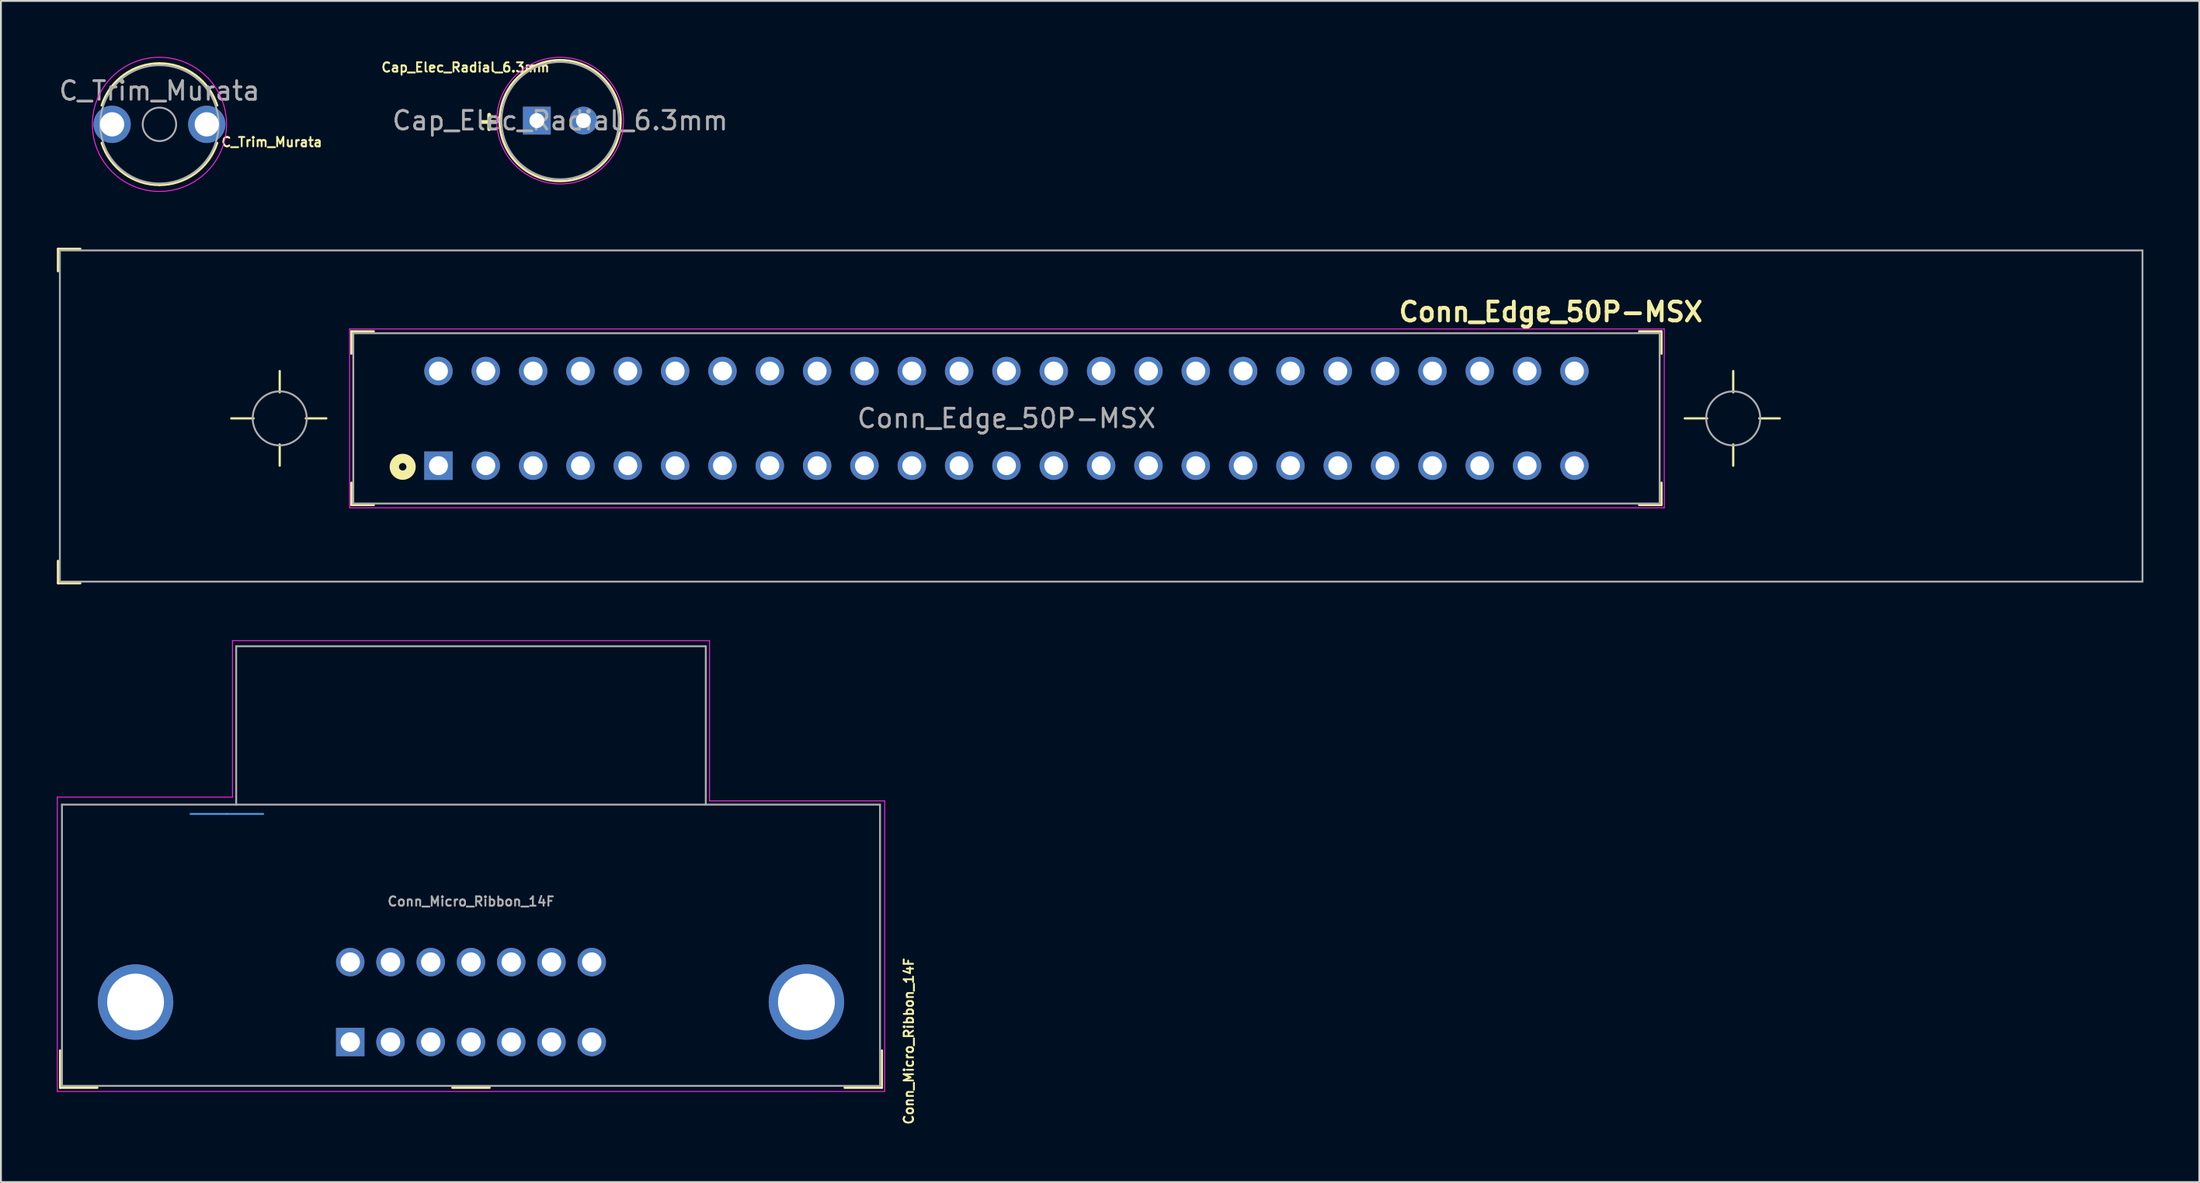
<source format=kicad_pcb>
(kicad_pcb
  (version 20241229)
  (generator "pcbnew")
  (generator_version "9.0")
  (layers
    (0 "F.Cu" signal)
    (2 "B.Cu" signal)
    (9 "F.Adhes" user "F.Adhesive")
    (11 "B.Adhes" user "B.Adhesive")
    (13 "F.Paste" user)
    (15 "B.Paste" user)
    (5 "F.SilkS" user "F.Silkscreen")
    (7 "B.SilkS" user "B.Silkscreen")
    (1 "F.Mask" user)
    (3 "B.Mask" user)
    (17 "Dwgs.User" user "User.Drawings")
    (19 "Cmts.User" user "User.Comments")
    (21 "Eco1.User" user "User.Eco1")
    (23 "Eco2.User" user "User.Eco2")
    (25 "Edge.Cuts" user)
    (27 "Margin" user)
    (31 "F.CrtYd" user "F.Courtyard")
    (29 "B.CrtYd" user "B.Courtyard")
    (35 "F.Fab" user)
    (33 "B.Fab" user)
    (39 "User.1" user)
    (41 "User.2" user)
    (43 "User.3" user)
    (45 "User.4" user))
  (footprint "C_Trim_Murata"
    (layer "F.Cu")
    (at 5.506 3.625)
    (property "Reference" "C_Trim_Murata" (at 6.032 0.953 0) (layer "F.SilkS") (effects (font (size 0.5 0.5) (thickness 0.1))))
    (attr through_hole)
    (fp_arc (start -3.1 -1.017701) (mid -1.917381 -2.650883) (end 0 -3.275) (stroke (width 0.12) (type solid)) (layer "F.SilkS"))
    (fp_arc (start 0 -3.275) (mid 1.917381 -2.650883) (end 3.1 -1.017701) (stroke (width 0.12) (type solid)) (layer "F.SilkS"))
    (fp_arc (start 0 3.257299) (mid -1.917381 2.633182) (end -3.1 1) (stroke (width 0.12) (type solid)) (layer "F.SilkS"))
    (fp_arc (start 3.1 1) (mid 1.917381 2.633182) (end 0 3.257299) (stroke (width 0.12) (type solid)) (layer "F.SilkS"))
    (fp_circle (center 0 0) (end 3.6 0) (stroke (width 0.05) (type solid)) (fill no) (layer "F.CrtYd"))
    (fp_circle (center 0 0) (end 0.898 0) (stroke (width 0.1) (type solid)) (fill no) (layer "F.Fab"))
    (fp_circle (center 0 0) (end 3.175 0) (stroke (width 0.1) (type solid)) (fill no) (layer "F.Fab"))
    (fp_text user "${REFERENCE}" (at 0 -1.8 0) (layer "F.Fab") (effects (font (size 1 1) (thickness 0.15))))
    (pad "1" thru_hole circle (at 2.54 0) (size 1.999 1.999) (drill 1.3) (layers "*.Cu" "*.Mask"))
    (pad "2" thru_hole circle (at -2.54 0) (size 1.999 1.999) (drill 1.3) (layers "*.Cu" "*.Mask")))
  (footprint "Cap_Elec_Radial_6.3mm"
    (layer "F.Cu")
    (at 27.009 3.425)
    (property "Reference" "Cap_Elec_Radial_6.3mm" (at -5.08 -2.857 180) (layer "F.SilkS") (effects (font (size 0.5 0.5) (thickness 0.1))))
    (attr through_hole)
    (fp_circle (center 0 0) (end 3.25 0) (stroke (width 0.12) (type solid)) (fill no) (layer "F.SilkS"))
    (fp_circle (center 0 0) (end 3.4 0) (stroke (width 0.05) (type solid)) (fill no) (layer "F.CrtYd"))
    (fp_circle (center 0 0) (end 3.15 0) (stroke (width 0.1) (type solid)) (fill no) (layer "F.Fab"))
    (fp_text user "+" (at -3.81 0 180) (layer "F.SilkS") (effects (font (size 1.016 1.016) (thickness 0.203))))
    (fp_text user "${REFERENCE}" (at 0 0 0) (layer "F.Fab") (effects (font (size 1 1) (thickness 0.15))))
    (pad "1" thru_hole rect (at -1.25 0) (size 1.491 1.491) (drill 0.8) (layers "*.Cu" "*.Mask"))
    (pad "2" thru_hole circle (at 1.25 0) (size 1.491 1.491) (drill 0.8) (layers "*.Cu" "*.Mask")))
  (footprint "Conn_Edge_50P-MSX"
    (layer "F.Cu")
    (at 50.96 19.41)
    (property "Reference" "Conn_Edge_50P-MSX" (at 29.21 -5.715 180) (layer "F.SilkS") (effects (font (size 1.016 1.016) (thickness 0.203))))
    (attr through_hole)
    (fp_line (start -50.9 -9.1) (end -50.9 -7.9) (stroke (width 0.12) (type solid)) (layer "F.SilkS"))
    (fp_line (start -50.9 -9.1) (end -49.7 -9.1) (stroke (width 0.12) (type solid)) (layer "F.SilkS"))
    (fp_line (start -50.9 8.85) (end -50.9 7.65) (stroke (width 0.12) (type solid)) (layer "F.SilkS"))
    (fp_line (start -50.9 8.85) (end -49.7 8.85) (stroke (width 0.12) (type solid)) (layer "F.SilkS"))
    (fp_line (start -41.6 0) (end -40.4 0) (stroke (width 0.12) (type solid)) (layer "F.SilkS"))
    (fp_line (start -39 -1.4) (end -39 -2.54) (stroke (width 0.12) (type solid)) (layer "F.SilkS"))
    (fp_line (start -39 2.54) (end -39 1.4) (stroke (width 0.12) (type solid)) (layer "F.SilkS"))
    (fp_line (start -37.6 0) (end -36.5 0) (stroke (width 0.12) (type solid)) (layer "F.SilkS"))
    (fp_line (start -35.152 -4.672) (end -35.152 -3.472) (stroke (width 0.12) (type solid)) (layer "F.SilkS"))
    (fp_line (start -35.152 -4.672) (end -33.952 -4.672) (stroke (width 0.12) (type solid)) (layer "F.SilkS"))
    (fp_line (start -35.152 4.652) (end -35.152 3.452) (stroke (width 0.12) (type solid)) (layer "F.SilkS"))
    (fp_line (start -35.152 4.652) (end -33.952 4.652) (stroke (width 0.12) (type solid)) (layer "F.SilkS"))
    (fp_line (start 35.152 -4.672) (end 33.952 -4.672) (stroke (width 0.12) (type solid)) (layer "F.SilkS"))
    (fp_line (start 35.152 -4.672) (end 35.152 -3.472) (stroke (width 0.12) (type solid)) (layer "F.SilkS"))
    (fp_line (start 35.152 4.652) (end 33.952 4.652) (stroke (width 0.12) (type solid)) (layer "F.SilkS"))
    (fp_line (start 35.152 4.652) (end 35.152 3.452) (stroke (width 0.12) (type solid)) (layer "F.SilkS"))
    (fp_line (start 36.4 0) (end 37.6 0) (stroke (width 0.12) (type solid)) (layer "F.SilkS"))
    (fp_line (start 39 -1.4) (end 39 -2.54) (stroke (width 0.12) (type solid)) (layer "F.SilkS"))
    (fp_line (start 39 2.54) (end 39 1.4) (stroke (width 0.12) (type solid)) (layer "F.SilkS"))
    (fp_line (start 40.4 0) (end 41.5 0) (stroke (width 0.12) (type solid)) (layer "F.SilkS"))
    (fp_circle (center -32.4 2.6) (end -32.2 2.6) (stroke (width 0.5) (type solid)) (fill no) (layer "F.SilkS"))
    (fp_line (start -35.25 -4.8) (end 35.3 -4.8) (stroke (width 0.05) (type solid)) (layer "F.CrtYd"))
    (fp_line (start -35.25 4.8) (end -35.25 -4.8) (stroke (width 0.05) (type solid)) (layer "F.CrtYd"))
    (fp_line (start 35.3 -4.8) (end 35.3 4.8) (stroke (width 0.05) (type solid)) (layer "F.CrtYd"))
    (fp_line (start 35.3 4.8) (end -35.25 4.8) (stroke (width 0.05) (type solid)) (layer "F.CrtYd"))
    (fp_line (start -50.798 -9.017) (end 60.962 -9.017) (stroke (width 0.1) (type solid)) (layer "F.Fab"))
    (fp_line (start -50.798 8.763) (end -50.798 -9.017) (stroke (width 0.1) (type solid)) (layer "F.Fab"))
    (fp_line (start -35.052 -4.572) (end 35.052 -4.572) (stroke (width 0.1) (type solid)) (layer "F.Fab"))
    (fp_line (start -35.052 4.572) (end -35.052 -4.572) (stroke (width 0.1) (type solid)) (layer "F.Fab"))
    (fp_line (start 35.052 -4.572) (end 35.052 4.572) (stroke (width 0.1) (type solid)) (layer "F.Fab"))
    (fp_line (start 35.052 4.572) (end -35.052 4.572) (stroke (width 0.1) (type solid)) (layer "F.Fab"))
    (fp_line (start 60.962 -9.017) (end 60.962 8.763) (stroke (width 0.1) (type solid)) (layer "F.Fab"))
    (fp_line (start 60.962 8.763) (end -50.798 8.763) (stroke (width 0.1) (type solid)) (layer "F.Fab"))
    (fp_circle (center -39 0) (end -37.55 0) (stroke (width 0.1) (type solid)) (fill no) (layer "F.Fab"))
    (fp_circle (center 39 0) (end 40.45 0) (stroke (width 0.1) (type solid)) (fill no) (layer "F.Fab"))
    (fp_text user "${REFERENCE}" (at 0 0 180) (layer "F.Fab") (effects (font (size 1 1) (thickness 0.15))))
    (pad "1" thru_hole rect (at -30.48 2.54 180) (size 1.524 1.524) (drill 1.016) (layers "*.Cu" "*.Mask"))
    (pad "2" thru_hole circle (at -30.48 -2.54 180) (size 1.524 1.524) (drill 1.016) (layers "*.Cu" "*.Mask"))
    (pad "3" thru_hole circle (at -27.94 2.54 180) (size 1.524 1.524) (drill 1.016) (layers "*.Cu" "*.Mask"))
    (pad "4" thru_hole circle (at -27.94 -2.54 180) (size 1.524 1.524) (drill 1.016) (layers "*.Cu" "*.Mask"))
    (pad "5" thru_hole circle (at -25.4 2.54 180) (size 1.524 1.524) (drill 1.016) (layers "*.Cu" "*.Mask"))
    (pad "6" thru_hole circle (at -25.4 -2.54 180) (size 1.524 1.524) (drill 1.016) (layers "*.Cu" "*.Mask"))
    (pad "7" thru_hole circle (at -22.86 2.54 180) (size 1.524 1.524) (drill 1.016) (layers "*.Cu" "*.Mask"))
    (pad "8" thru_hole circle (at -22.86 -2.54 180) (size 1.524 1.524) (drill 1.016) (layers "*.Cu" "*.Mask"))
    (pad "9" thru_hole circle (at -20.32 2.54 180) (size 1.524 1.524) (drill 1.016) (layers "*.Cu" "*.Mask"))
    (pad "10" thru_hole circle (at -20.32 -2.54 180) (size 1.524 1.524) (drill 1.016) (layers "*.Cu" "*.Mask"))
    (pad "11" thru_hole circle (at -17.78 2.54 180) (size 1.524 1.524) (drill 1.016) (layers "*.Cu" "*.Mask"))
    (pad "12" thru_hole circle (at -17.78 -2.54 180) (size 1.524 1.524) (drill 1.016) (layers "*.Cu" "*.Mask"))
    (pad "13" thru_hole circle (at -15.24 2.54 180) (size 1.524 1.524) (drill 1.016) (layers "*.Cu" "*.Mask"))
    (pad "14" thru_hole circle (at -15.24 -2.54 180) (size 1.524 1.524) (drill 1.016) (layers "*.Cu" "*.Mask"))
    (pad "15" thru_hole circle (at -12.7 2.54 180) (size 1.524 1.524) (drill 1.016) (layers "*.Cu" "*.Mask"))
    (pad "16" thru_hole circle (at -12.7 -2.54 180) (size 1.524 1.524) (drill 1.016) (layers "*.Cu" "*.Mask"))
    (pad "17" thru_hole circle (at -10.16 2.54 180) (size 1.524 1.524) (drill 1.016) (layers "*.Cu" "*.Mask"))
    (pad "18" thru_hole circle (at -10.16 -2.54 180) (size 1.524 1.524) (drill 1.016) (layers "*.Cu" "*.Mask"))
    (pad "19" thru_hole circle (at -7.62 2.54 180) (size 1.524 1.524) (drill 1.016) (layers "*.Cu" "*.Mask"))
    (pad "20" thru_hole circle (at -7.62 -2.54 180) (size 1.524 1.524) (drill 1.016) (layers "*.Cu" "*.Mask"))
    (pad "21" thru_hole circle (at -5.08 2.54 180) (size 1.524 1.524) (drill 1.016) (layers "*.Cu" "*.Mask"))
    (pad "22" thru_hole circle (at -5.08 -2.54 180) (size 1.524 1.524) (drill 1.016) (layers "*.Cu" "*.Mask"))
    (pad "23" thru_hole circle (at -2.54 2.54 180) (size 1.524 1.524) (drill 1.016) (layers "*.Cu" "*.Mask"))
    (pad "24" thru_hole circle (at -2.54 -2.54 180) (size 1.524 1.524) (drill 1.016) (layers "*.Cu" "*.Mask"))
    (pad "25" thru_hole circle (at 0 2.54 180) (size 1.524 1.524) (drill 1.016) (layers "*.Cu" "*.Mask"))
    (pad "26" thru_hole circle (at 0 -2.54 180) (size 1.524 1.524) (drill 1.016) (layers "*.Cu" "*.Mask"))
    (pad "27" thru_hole circle (at 2.54 2.54 180) (size 1.524 1.524) (drill 1.016) (layers "*.Cu" "*.Mask"))
    (pad "28" thru_hole circle (at 2.54 -2.54 180) (size 1.524 1.524) (drill 1.016) (layers "*.Cu" "*.Mask"))
    (pad "29" thru_hole circle (at 5.08 2.54 180) (size 1.524 1.524) (drill 1.016) (layers "*.Cu" "*.Mask"))
    (pad "30" thru_hole circle (at 5.08 -2.54 180) (size 1.524 1.524) (drill 1.016) (layers "*.Cu" "*.Mask"))
    (pad "31" thru_hole circle (at 7.62 2.54 180) (size 1.524 1.524) (drill 1.016) (layers "*.Cu" "*.Mask"))
    (pad "32" thru_hole circle (at 7.62 -2.54 180) (size 1.524 1.524) (drill 1.016) (layers "*.Cu" "*.Mask"))
    (pad "33" thru_hole circle (at 10.16 2.54 180) (size 1.524 1.524) (drill 1.016) (layers "*.Cu" "*.Mask"))
    (pad "34" thru_hole circle (at 10.16 -2.54 180) (size 1.524 1.524) (drill 1.016) (layers "*.Cu" "*.Mask"))
    (pad "35" thru_hole circle (at 12.7 2.54 180) (size 1.524 1.524) (drill 1.016) (layers "*.Cu" "*.Mask"))
    (pad "36" thru_hole circle (at 12.7 -2.54 180) (size 1.524 1.524) (drill 1.016) (layers "*.Cu" "*.Mask"))
    (pad "37" thru_hole circle (at 15.24 2.54 180) (size 1.524 1.524) (drill 1.016) (layers "*.Cu" "*.Mask"))
    (pad "38" thru_hole circle (at 15.24 -2.54 180) (size 1.524 1.524) (drill 1.016) (layers "*.Cu" "*.Mask"))
    (pad "39" thru_hole circle (at 17.78 2.54 180) (size 1.524 1.524) (drill 1.016) (layers "*.Cu" "*.Mask"))
    (pad "40" thru_hole circle (at 17.78 -2.54 180) (size 1.524 1.524) (drill 1.016) (layers "*.Cu" "*.Mask"))
    (pad "41" thru_hole circle (at 20.32 2.54 180) (size 1.524 1.524) (drill 1.016) (layers "*.Cu" "*.Mask"))
    (pad "42" thru_hole circle (at 20.32 -2.54 180) (size 1.524 1.524) (drill 1.016) (layers "*.Cu" "*.Mask"))
    (pad "43" thru_hole circle (at 22.86 2.54 180) (size 1.524 1.524) (drill 1.016) (layers "*.Cu" "*.Mask"))
    (pad "44" thru_hole circle (at 22.86 -2.54 180) (size 1.524 1.524) (drill 1.016) (layers "*.Cu" "*.Mask"))
    (pad "45" thru_hole circle (at 25.4 2.54 180) (size 1.524 1.524) (drill 1.016) (layers "*.Cu" "*.Mask"))
    (pad "46" thru_hole circle (at 25.4 -2.54 180) (size 1.524 1.524) (drill 1.016) (layers "*.Cu" "*.Mask"))
    (pad "47" thru_hole circle (at 27.94 2.54 180) (size 1.524 1.524) (drill 1.016) (layers "*.Cu" "*.Mask"))
    (pad "48" thru_hole circle (at 27.94 -2.54 180) (size 1.524 1.524) (drill 1.016) (layers "*.Cu" "*.Mask"))
    (pad "49" thru_hole circle (at 30.48 2.54 180) (size 1.524 1.524) (drill 1.016) (layers "*.Cu" "*.Mask"))
    (pad "50" thru_hole circle (at 30.48 -2.54 180) (size 1.524 1.524) (drill 1.016) (layers "*.Cu" "*.Mask")))
  (footprint "Conn_Micro_Ribbon_14F"
    (layer "F.Cu")
    (at 22.225 40.145)
    (property "Reference" "Conn_Micro_Ribbon_14F" (at 23.495 12.7 270) (layer "F.SilkS") (effects (font (size 0.5 0.5) (thickness 0.1))))
    (attr through_hole)
    (fp_line (start -22.05 15.2) (end -22.05 13.2) (stroke (width 0.12) (type solid)) (layer "F.SilkS"))
    (fp_line (start -22.05 15.2) (end -20.05 15.2) (stroke (width 0.12) (type solid)) (layer "F.SilkS"))
    (fp_line (start -1 15.2) (end 1 15.2) (stroke (width 0.12) (type solid)) (layer "F.SilkS"))
    (fp_line (start 22.05 15.2) (end 20.05 15.2) (stroke (width 0.12) (type solid)) (layer "F.SilkS"))
    (fp_line (start 22.05 15.2) (end 22.05 13.2) (stroke (width 0.12) (type solid)) (layer "F.SilkS"))
    (fp_line (start -15.05 0.5) (end -13.1 0.5) (stroke (width 0.1) (type solid)) (layer "Cmts.User"))
    (fp_line (start -11.15 0.5) (end -13.1 0.5) (stroke (width 0.1) (type solid)) (layer "Cmts.User"))
    (fp_line (start -22.2 -0.4) (end -12.8 -0.4) (stroke (width 0.05) (type solid)) (layer "F.CrtYd"))
    (fp_line (start -22.2 15.4) (end -22.2 -0.4) (stroke (width 0.05) (type solid)) (layer "F.CrtYd"))
    (fp_line (start -12.8 -8.8) (end 12.8 -8.8) (stroke (width 0.05) (type solid)) (layer "F.CrtYd"))
    (fp_line (start -12.8 -0.4) (end -12.8 -8.8) (stroke (width 0.05) (type solid)) (layer "F.CrtYd"))
    (fp_line (start 12.8 -8.8) (end 12.8 -0.2) (stroke (width 0.05) (type solid)) (layer "F.CrtYd"))
    (fp_line (start 12.8 -0.2) (end 22.2 -0.2) (stroke (width 0.05) (type solid)) (layer "F.CrtYd"))
    (fp_line (start 22.2 -0.2) (end 22.2 15.4) (stroke (width 0.05) (type solid)) (layer "F.CrtYd"))
    (fp_line (start 22.2 15.4) (end -22.2 15.4) (stroke (width 0.05) (type solid)) (layer "F.CrtYd"))
    (fp_line (start -21.95 0) (end -21.95 15.1) (stroke (width 0.1) (type solid)) (layer "F.Fab"))
    (fp_line (start -21.95 0) (end 21.95 0) (stroke (width 0.1) (type solid)) (layer "F.Fab"))
    (fp_line (start -21.95 15.1) (end 21.95 15.1) (stroke (width 0.1) (type solid)) (layer "F.Fab"))
    (fp_line (start -12.6 -8.5) (end -12.6 0) (stroke (width 0.1) (type solid)) (layer "F.Fab"))
    (fp_line (start -12.6 -8.5) (end 12.6 -8.5) (stroke (width 0.1) (type solid)) (layer "F.Fab"))
    (fp_line (start 12.6 -8.5) (end 12.6 0) (stroke (width 0.1) (type solid)) (layer "F.Fab"))
    (fp_line (start 21.95 0) (end 21.95 15.1) (stroke (width 0.1) (type solid)) (layer "F.Fab"))
    (fp_text user "${REFERENCE}" (at 0 5.2 0) (layer "F.Fab") (effects (font (size 0.5 0.5) (thickness 0.1))))
    (pad "1" thru_hole rect (at -6.48 12.745) (size 1.524 1.524) (drill 1.041) (layers "*.Cu" "*.Mask"))
    (pad "2" thru_hole circle (at -4.32 12.745) (size 1.524 1.524) (drill 1.041) (layers "*.Cu" "*.Mask"))
    (pad "3" thru_hole circle (at -2.16 12.745) (size 1.524 1.524) (drill 1.041) (layers "*.Cu" "*.Mask"))
    (pad "4" thru_hole circle (at 0 12.745) (size 1.524 1.524) (drill 1.041) (layers "*.Cu" "*.Mask"))
    (pad "5" thru_hole circle (at 2.16 12.745) (size 1.524 1.524) (drill 1.041) (layers "*.Cu" "*.Mask"))
    (pad "6" thru_hole circle (at 4.32 12.745) (size 1.524 1.524) (drill 1.041) (layers "*.Cu" "*.Mask"))
    (pad "7" thru_hole circle (at 6.48 12.745) (size 1.524 1.524) (drill 1.041) (layers "*.Cu" "*.Mask"))
    (pad "8" thru_hole circle (at -6.48 8.455) (size 1.524 1.524) (drill 1.041) (layers "*.Cu" "*.Mask"))
    (pad "9" thru_hole circle (at -4.32 8.455) (size 1.524 1.524) (drill 1.041) (layers "*.Cu" "*.Mask"))
    (pad "10" thru_hole circle (at -2.16 8.455) (size 1.524 1.524) (drill 1.041) (layers "*.Cu" "*.Mask"))
    (pad "11" thru_hole circle (at 0 8.455) (size 1.524 1.524) (drill 1.041) (layers "*.Cu" "*.Mask"))
    (pad "12" thru_hole circle (at 2.16 8.455) (size 1.524 1.524) (drill 1.041) (layers "*.Cu" "*.Mask"))
    (pad "13" thru_hole circle (at 4.32 8.455) (size 1.524 1.524) (drill 1.041) (layers "*.Cu" "*.Mask"))
    (pad "14" thru_hole circle (at 6.48 8.455) (size 1.524 1.524) (drill 1.041) (layers "*.Cu" "*.Mask"))
    (pad "GND" thru_hole circle (at -18 10.6) (size 4.049 4.049) (drill 3.051) (layers "*.Cu" "*.Mask"))
    (pad "GND" thru_hole circle (at 18 10.6) (size 4.049 4.049) (drill 3.051) (layers "*.Cu" "*.Mask")))
  (gr_rect
    (start -3 -3)
    (end 114.972 60.409)
    (stroke (width 0.1) (type default))
    (fill no)
    (layer "Edge.Cuts")))
</source>
